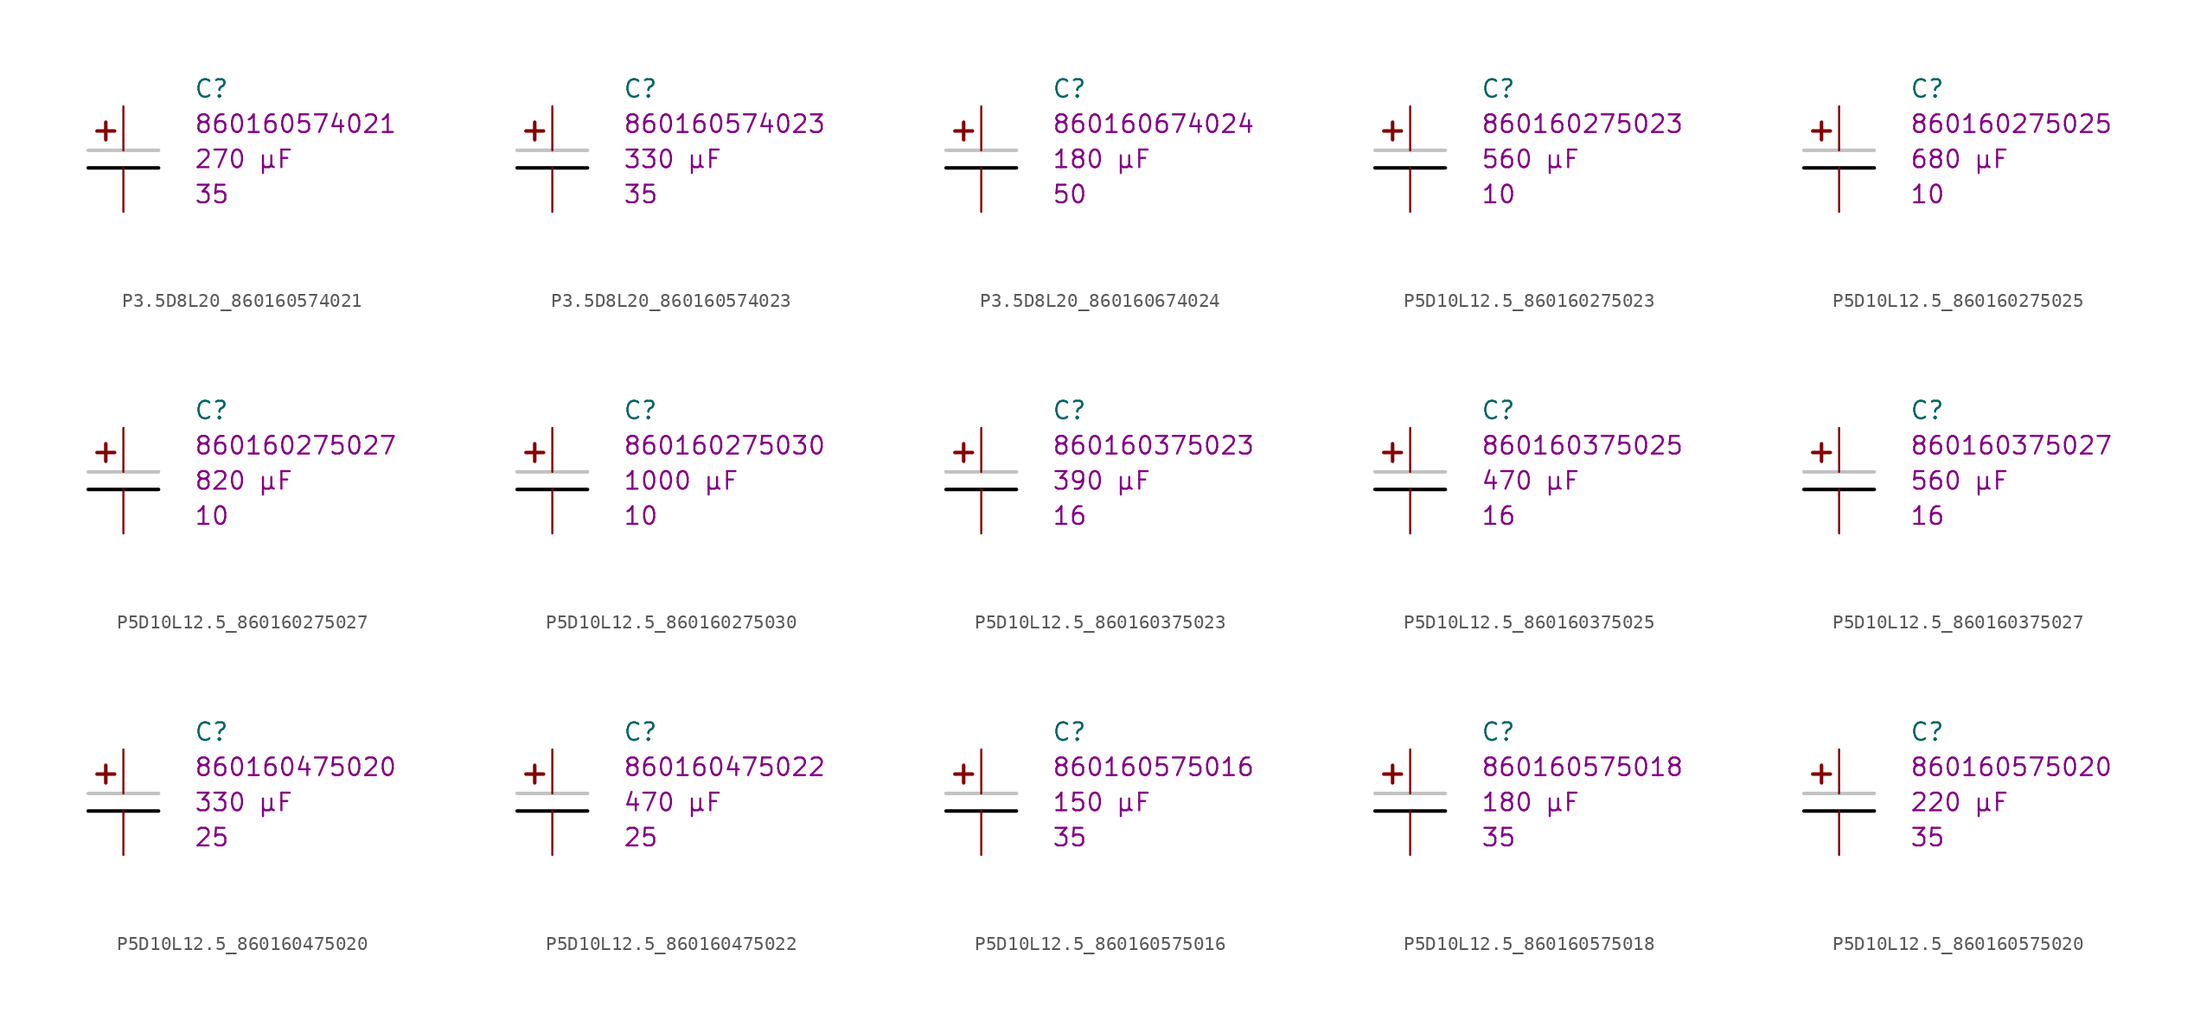
<source format=kicad_sym>
(kicad_symbol_lib
  (version 20220914)
  (generator kicad_symbol_editor)
  (symbol "P3.5D8L20_860160574021"
    (pin_numbers hide)
    (pin_names hide)
    (property "Reference" "C"
      (at 5.08 5.08 0)
      (effects (font (size 1.27 1.27)) (justify left)))
    (property "Part Number" "860160574021"
      (at 5.08 2.54 0)
      (effects (font (size 1.27 1.27)) (justify left)))
    (property "Capacitance" "270 µF"
      (at 5.08 0 0)
      (effects (font (size 1.27 1.27)) (justify left)))
    (property "Voltage" "35"
      (at 5.08 -2.54 0)
      (effects (font (size 1.27 1.27)) (justify left)))
    (property "Critical Parameter" ""
      (at 0 -7.62 0)
      (effects (font (size 1.27 1.27))))
    (symbol "P3.5D8L20_860160574021_1_1"
      (polyline (pts (xy -1.27 2.667) (xy -1.27 1.397)) (stroke (width 0.254) (type default)) (fill (type none)))
      (polyline (pts (xy -0.635 2.032) (xy -1.905 2.032)) (stroke (width 0.254) (type default)) (fill (type none)))
      (polyline (pts (xy 2.54 -0.635) (xy -2.54 -0.635)) (stroke (width 0.254) (type default) (color 0 0 0 1)) (fill (type none)))
      (polyline (pts (xy 2.54 0.635) (xy -2.54 0.635)) (stroke (width 0.254) (type default) (color 194 194 194 1)) (fill (type none)))
      (pin passive line (at 0 3.81 270) (length 3.175) (name "1" (effects (font (size 1.27 1.27)))) (number "1" (effects (font (size 1.27 1.27)))))
      (pin passive line (at 0 -3.81 90) (length 3.175) (name "2" (effects (font (size 1.27 1.27)))) (number "2" (effects (font (size 1.27 1.27)))))))
  (symbol "P3.5D8L20_860160574023"
    (pin_numbers hide)
    (pin_names hide)
    (property "Reference" "C"
      (at 5.08 5.08 0)
      (effects (font (size 1.27 1.27)) (justify left)))
    (property "Part Number" "860160574023"
      (at 5.08 2.54 0)
      (effects (font (size 1.27 1.27)) (justify left)))
    (property "Capacitance" "330 µF"
      (at 5.08 0 0)
      (effects (font (size 1.27 1.27)) (justify left)))
    (property "Voltage" "35"
      (at 5.08 -2.54 0)
      (effects (font (size 1.27 1.27)) (justify left)))
    (property "Critical Parameter" ""
      (at 0 -7.62 0)
      (effects (font (size 1.27 1.27))))
    (symbol "P3.5D8L20_860160574023_1_1"
      (polyline (pts (xy -1.27 2.667) (xy -1.27 1.397)) (stroke (width 0.254) (type default)) (fill (type none)))
      (polyline (pts (xy -0.635 2.032) (xy -1.905 2.032)) (stroke (width 0.254) (type default)) (fill (type none)))
      (polyline (pts (xy 2.54 -0.635) (xy -2.54 -0.635)) (stroke (width 0.254) (type default) (color 0 0 0 1)) (fill (type none)))
      (polyline (pts (xy 2.54 0.635) (xy -2.54 0.635)) (stroke (width 0.254) (type default) (color 194 194 194 1)) (fill (type none)))
      (pin passive line (at 0 3.81 270) (length 3.175) (name "1" (effects (font (size 1.27 1.27)))) (number "1" (effects (font (size 1.27 1.27)))))
      (pin passive line (at 0 -3.81 90) (length 3.175) (name "2" (effects (font (size 1.27 1.27)))) (number "2" (effects (font (size 1.27 1.27)))))))
  (symbol "P3.5D8L20_860160674024"
    (pin_numbers hide)
    (pin_names hide)
    (property "Reference" "C"
      (at 5.08 5.08 0)
      (effects (font (size 1.27 1.27)) (justify left)))
    (property "Part Number" "860160674024"
      (at 5.08 2.54 0)
      (effects (font (size 1.27 1.27)) (justify left)))
    (property "Capacitance" "180 µF"
      (at 5.08 0 0)
      (effects (font (size 1.27 1.27)) (justify left)))
    (property "Voltage" "50"
      (at 5.08 -2.54 0)
      (effects (font (size 1.27 1.27)) (justify left)))
    (property "Critical Parameter" ""
      (at 0 -7.62 0)
      (effects (font (size 1.27 1.27))))
    (symbol "P3.5D8L20_860160674024_1_1"
      (polyline (pts (xy -1.27 2.667) (xy -1.27 1.397)) (stroke (width 0.254) (type default)) (fill (type none)))
      (polyline (pts (xy -0.635 2.032) (xy -1.905 2.032)) (stroke (width 0.254) (type default)) (fill (type none)))
      (polyline (pts (xy 2.54 -0.635) (xy -2.54 -0.635)) (stroke (width 0.254) (type default) (color 0 0 0 1)) (fill (type none)))
      (polyline (pts (xy 2.54 0.635) (xy -2.54 0.635)) (stroke (width 0.254) (type default) (color 194 194 194 1)) (fill (type none)))
      (pin passive line (at 0 3.81 270) (length 3.175) (name "1" (effects (font (size 1.27 1.27)))) (number "1" (effects (font (size 1.27 1.27)))))
      (pin passive line (at 0 -3.81 90) (length 3.175) (name "2" (effects (font (size 1.27 1.27)))) (number "2" (effects (font (size 1.27 1.27)))))))
  (symbol "P5D10L12.5_860160275023"
    (pin_numbers hide)
    (pin_names hide)
    (property "Reference" "C"
      (at 5.08 5.08 0)
      (effects (font (size 1.27 1.27)) (justify left)))
    (property "Part Number" "860160275023"
      (at 5.08 2.54 0)
      (effects (font (size 1.27 1.27)) (justify left)))
    (property "Capacitance" "560 µF"
      (at 5.08 0 0)
      (effects (font (size 1.27 1.27)) (justify left)))
    (property "Voltage" "10"
      (at 5.08 -2.54 0)
      (effects (font (size 1.27 1.27)) (justify left)))
    (property "Critical Parameter" ""
      (at 0 -7.62 0)
      (effects (font (size 1.27 1.27))))
    (symbol "P5D10L12.5_860160275023_1_1"
      (polyline (pts (xy -1.27 2.667) (xy -1.27 1.397)) (stroke (width 0.254) (type default)) (fill (type none)))
      (polyline (pts (xy -0.635 2.032) (xy -1.905 2.032)) (stroke (width 0.254) (type default)) (fill (type none)))
      (polyline (pts (xy 2.54 -0.635) (xy -2.54 -0.635)) (stroke (width 0.254) (type default) (color 0 0 0 1)) (fill (type none)))
      (polyline (pts (xy 2.54 0.635) (xy -2.54 0.635)) (stroke (width 0.254) (type default) (color 194 194 194 1)) (fill (type none)))
      (pin passive line (at 0 3.81 270) (length 3.175) (name "1" (effects (font (size 1.27 1.27)))) (number "1" (effects (font (size 1.27 1.27)))))
      (pin passive line (at 0 -3.81 90) (length 3.175) (name "2" (effects (font (size 1.27 1.27)))) (number "2" (effects (font (size 1.27 1.27)))))))
  (symbol "P5D10L12.5_860160275025"
    (pin_numbers hide)
    (pin_names hide)
    (property "Reference" "C"
      (at 5.08 5.08 0)
      (effects (font (size 1.27 1.27)) (justify left)))
    (property "Part Number" "860160275025"
      (at 5.08 2.54 0)
      (effects (font (size 1.27 1.27)) (justify left)))
    (property "Capacitance" "680 µF"
      (at 5.08 0 0)
      (effects (font (size 1.27 1.27)) (justify left)))
    (property "Voltage" "10"
      (at 5.08 -2.54 0)
      (effects (font (size 1.27 1.27)) (justify left)))
    (property "Critical Parameter" ""
      (at 0 -7.62 0)
      (effects (font (size 1.27 1.27))))
    (symbol "P5D10L12.5_860160275025_1_1"
      (polyline (pts (xy -1.27 2.667) (xy -1.27 1.397)) (stroke (width 0.254) (type default)) (fill (type none)))
      (polyline (pts (xy -0.635 2.032) (xy -1.905 2.032)) (stroke (width 0.254) (type default)) (fill (type none)))
      (polyline (pts (xy 2.54 -0.635) (xy -2.54 -0.635)) (stroke (width 0.254) (type default) (color 0 0 0 1)) (fill (type none)))
      (polyline (pts (xy 2.54 0.635) (xy -2.54 0.635)) (stroke (width 0.254) (type default) (color 194 194 194 1)) (fill (type none)))
      (pin passive line (at 0 3.81 270) (length 3.175) (name "1" (effects (font (size 1.27 1.27)))) (number "1" (effects (font (size 1.27 1.27)))))
      (pin passive line (at 0 -3.81 90) (length 3.175) (name "2" (effects (font (size 1.27 1.27)))) (number "2" (effects (font (size 1.27 1.27)))))))
  (symbol "P5D10L12.5_860160275027"
    (pin_numbers hide)
    (pin_names hide)
    (property "Reference" "C"
      (at 5.08 5.08 0)
      (effects (font (size 1.27 1.27)) (justify left)))
    (property "Part Number" "860160275027"
      (at 5.08 2.54 0)
      (effects (font (size 1.27 1.27)) (justify left)))
    (property "Capacitance" "820 µF"
      (at 5.08 0 0)
      (effects (font (size 1.27 1.27)) (justify left)))
    (property "Voltage" "10"
      (at 5.08 -2.54 0)
      (effects (font (size 1.27 1.27)) (justify left)))
    (property "Critical Parameter" ""
      (at 0 -7.62 0)
      (effects (font (size 1.27 1.27))))
    (symbol "P5D10L12.5_860160275027_1_1"
      (polyline (pts (xy -1.27 2.667) (xy -1.27 1.397)) (stroke (width 0.254) (type default)) (fill (type none)))
      (polyline (pts (xy -0.635 2.032) (xy -1.905 2.032)) (stroke (width 0.254) (type default)) (fill (type none)))
      (polyline (pts (xy 2.54 -0.635) (xy -2.54 -0.635)) (stroke (width 0.254) (type default) (color 0 0 0 1)) (fill (type none)))
      (polyline (pts (xy 2.54 0.635) (xy -2.54 0.635)) (stroke (width 0.254) (type default) (color 194 194 194 1)) (fill (type none)))
      (pin passive line (at 0 3.81 270) (length 3.175) (name "1" (effects (font (size 1.27 1.27)))) (number "1" (effects (font (size 1.27 1.27)))))
      (pin passive line (at 0 -3.81 90) (length 3.175) (name "2" (effects (font (size 1.27 1.27)))) (number "2" (effects (font (size 1.27 1.27)))))))
  (symbol "P5D10L12.5_860160275030"
    (pin_numbers hide)
    (pin_names hide)
    (property "Reference" "C"
      (at 5.08 5.08 0)
      (effects (font (size 1.27 1.27)) (justify left)))
    (property "Part Number" "860160275030"
      (at 5.08 2.54 0)
      (effects (font (size 1.27 1.27)) (justify left)))
    (property "Capacitance" "1000 µF"
      (at 5.08 0 0)
      (effects (font (size 1.27 1.27)) (justify left)))
    (property "Voltage" "10"
      (at 5.08 -2.54 0)
      (effects (font (size 1.27 1.27)) (justify left)))
    (property "Critical Parameter" ""
      (at 0 -7.62 0)
      (effects (font (size 1.27 1.27))))
    (symbol "P5D10L12.5_860160275030_1_1"
      (polyline (pts (xy -1.27 2.667) (xy -1.27 1.397)) (stroke (width 0.254) (type default)) (fill (type none)))
      (polyline (pts (xy -0.635 2.032) (xy -1.905 2.032)) (stroke (width 0.254) (type default)) (fill (type none)))
      (polyline (pts (xy 2.54 -0.635) (xy -2.54 -0.635)) (stroke (width 0.254) (type default) (color 0 0 0 1)) (fill (type none)))
      (polyline (pts (xy 2.54 0.635) (xy -2.54 0.635)) (stroke (width 0.254) (type default) (color 194 194 194 1)) (fill (type none)))
      (pin passive line (at 0 3.81 270) (length 3.175) (name "1" (effects (font (size 1.27 1.27)))) (number "1" (effects (font (size 1.27 1.27)))))
      (pin passive line (at 0 -3.81 90) (length 3.175) (name "2" (effects (font (size 1.27 1.27)))) (number "2" (effects (font (size 1.27 1.27)))))))
  (symbol "P5D10L12.5_860160375023"
    (pin_numbers hide)
    (pin_names hide)
    (property "Reference" "C"
      (at 5.08 5.08 0)
      (effects (font (size 1.27 1.27)) (justify left)))
    (property "Part Number" "860160375023"
      (at 5.08 2.54 0)
      (effects (font (size 1.27 1.27)) (justify left)))
    (property "Capacitance" "390 µF"
      (at 5.08 0 0)
      (effects (font (size 1.27 1.27)) (justify left)))
    (property "Voltage" "16"
      (at 5.08 -2.54 0)
      (effects (font (size 1.27 1.27)) (justify left)))
    (property "Critical Parameter" ""
      (at 0 -7.62 0)
      (effects (font (size 1.27 1.27))))
    (symbol "P5D10L12.5_860160375023_1_1"
      (polyline (pts (xy -1.27 2.667) (xy -1.27 1.397)) (stroke (width 0.254) (type default)) (fill (type none)))
      (polyline (pts (xy -0.635 2.032) (xy -1.905 2.032)) (stroke (width 0.254) (type default)) (fill (type none)))
      (polyline (pts (xy 2.54 -0.635) (xy -2.54 -0.635)) (stroke (width 0.254) (type default) (color 0 0 0 1)) (fill (type none)))
      (polyline (pts (xy 2.54 0.635) (xy -2.54 0.635)) (stroke (width 0.254) (type default) (color 194 194 194 1)) (fill (type none)))
      (pin passive line (at 0 3.81 270) (length 3.175) (name "1" (effects (font (size 1.27 1.27)))) (number "1" (effects (font (size 1.27 1.27)))))
      (pin passive line (at 0 -3.81 90) (length 3.175) (name "2" (effects (font (size 1.27 1.27)))) (number "2" (effects (font (size 1.27 1.27)))))))
  (symbol "P5D10L12.5_860160375025"
    (pin_numbers hide)
    (pin_names hide)
    (property "Reference" "C"
      (at 5.08 5.08 0)
      (effects (font (size 1.27 1.27)) (justify left)))
    (property "Part Number" "860160375025"
      (at 5.08 2.54 0)
      (effects (font (size 1.27 1.27)) (justify left)))
    (property "Capacitance" "470 µF"
      (at 5.08 0 0)
      (effects (font (size 1.27 1.27)) (justify left)))
    (property "Voltage" "16"
      (at 5.08 -2.54 0)
      (effects (font (size 1.27 1.27)) (justify left)))
    (property "Critical Parameter" ""
      (at 0 -7.62 0)
      (effects (font (size 1.27 1.27))))
    (symbol "P5D10L12.5_860160375025_1_1"
      (polyline (pts (xy -1.27 2.667) (xy -1.27 1.397)) (stroke (width 0.254) (type default)) (fill (type none)))
      (polyline (pts (xy -0.635 2.032) (xy -1.905 2.032)) (stroke (width 0.254) (type default)) (fill (type none)))
      (polyline (pts (xy 2.54 -0.635) (xy -2.54 -0.635)) (stroke (width 0.254) (type default) (color 0 0 0 1)) (fill (type none)))
      (polyline (pts (xy 2.54 0.635) (xy -2.54 0.635)) (stroke (width 0.254) (type default) (color 194 194 194 1)) (fill (type none)))
      (pin passive line (at 0 3.81 270) (length 3.175) (name "1" (effects (font (size 1.27 1.27)))) (number "1" (effects (font (size 1.27 1.27)))))
      (pin passive line (at 0 -3.81 90) (length 3.175) (name "2" (effects (font (size 1.27 1.27)))) (number "2" (effects (font (size 1.27 1.27)))))))
  (symbol "P5D10L12.5_860160375027"
    (pin_numbers hide)
    (pin_names hide)
    (property "Reference" "C"
      (at 5.08 5.08 0)
      (effects (font (size 1.27 1.27)) (justify left)))
    (property "Part Number" "860160375027"
      (at 5.08 2.54 0)
      (effects (font (size 1.27 1.27)) (justify left)))
    (property "Capacitance" "560 µF"
      (at 5.08 0 0)
      (effects (font (size 1.27 1.27)) (justify left)))
    (property "Voltage" "16"
      (at 5.08 -2.54 0)
      (effects (font (size 1.27 1.27)) (justify left)))
    (property "Critical Parameter" ""
      (at 0 -7.62 0)
      (effects (font (size 1.27 1.27))))
    (symbol "P5D10L12.5_860160375027_1_1"
      (polyline (pts (xy -1.27 2.667) (xy -1.27 1.397)) (stroke (width 0.254) (type default)) (fill (type none)))
      (polyline (pts (xy -0.635 2.032) (xy -1.905 2.032)) (stroke (width 0.254) (type default)) (fill (type none)))
      (polyline (pts (xy 2.54 -0.635) (xy -2.54 -0.635)) (stroke (width 0.254) (type default) (color 0 0 0 1)) (fill (type none)))
      (polyline (pts (xy 2.54 0.635) (xy -2.54 0.635)) (stroke (width 0.254) (type default) (color 194 194 194 1)) (fill (type none)))
      (pin passive line (at 0 3.81 270) (length 3.175) (name "1" (effects (font (size 1.27 1.27)))) (number "1" (effects (font (size 1.27 1.27)))))
      (pin passive line (at 0 -3.81 90) (length 3.175) (name "2" (effects (font (size 1.27 1.27)))) (number "2" (effects (font (size 1.27 1.27)))))))
  (symbol "P5D10L12.5_860160475020"
    (pin_numbers hide)
    (pin_names hide)
    (property "Reference" "C"
      (at 5.08 5.08 0)
      (effects (font (size 1.27 1.27)) (justify left)))
    (property "Part Number" "860160475020"
      (at 5.08 2.54 0)
      (effects (font (size 1.27 1.27)) (justify left)))
    (property "Capacitance" "330 µF"
      (at 5.08 0 0)
      (effects (font (size 1.27 1.27)) (justify left)))
    (property "Voltage" "25"
      (at 5.08 -2.54 0)
      (effects (font (size 1.27 1.27)) (justify left)))
    (property "Critical Parameter" ""
      (at 0 -7.62 0)
      (effects (font (size 1.27 1.27))))
    (symbol "P5D10L12.5_860160475020_1_1"
      (polyline (pts (xy -1.27 2.667) (xy -1.27 1.397)) (stroke (width 0.254) (type default)) (fill (type none)))
      (polyline (pts (xy -0.635 2.032) (xy -1.905 2.032)) (stroke (width 0.254) (type default)) (fill (type none)))
      (polyline (pts (xy 2.54 -0.635) (xy -2.54 -0.635)) (stroke (width 0.254) (type default) (color 0 0 0 1)) (fill (type none)))
      (polyline (pts (xy 2.54 0.635) (xy -2.54 0.635)) (stroke (width 0.254) (type default) (color 194 194 194 1)) (fill (type none)))
      (pin passive line (at 0 3.81 270) (length 3.175) (name "1" (effects (font (size 1.27 1.27)))) (number "1" (effects (font (size 1.27 1.27)))))
      (pin passive line (at 0 -3.81 90) (length 3.175) (name "2" (effects (font (size 1.27 1.27)))) (number "2" (effects (font (size 1.27 1.27)))))))
  (symbol "P5D10L12.5_860160475022"
    (pin_numbers hide)
    (pin_names hide)
    (property "Reference" "C"
      (at 5.08 5.08 0)
      (effects (font (size 1.27 1.27)) (justify left)))
    (property "Part Number" "860160475022"
      (at 5.08 2.54 0)
      (effects (font (size 1.27 1.27)) (justify left)))
    (property "Capacitance" "470 µF"
      (at 5.08 0 0)
      (effects (font (size 1.27 1.27)) (justify left)))
    (property "Voltage" "25"
      (at 5.08 -2.54 0)
      (effects (font (size 1.27 1.27)) (justify left)))
    (property "Critical Parameter" ""
      (at 0 -7.62 0)
      (effects (font (size 1.27 1.27))))
    (symbol "P5D10L12.5_860160475022_1_1"
      (polyline (pts (xy -1.27 2.667) (xy -1.27 1.397)) (stroke (width 0.254) (type default)) (fill (type none)))
      (polyline (pts (xy -0.635 2.032) (xy -1.905 2.032)) (stroke (width 0.254) (type default)) (fill (type none)))
      (polyline (pts (xy 2.54 -0.635) (xy -2.54 -0.635)) (stroke (width 0.254) (type default) (color 0 0 0 1)) (fill (type none)))
      (polyline (pts (xy 2.54 0.635) (xy -2.54 0.635)) (stroke (width 0.254) (type default) (color 194 194 194 1)) (fill (type none)))
      (pin passive line (at 0 3.81 270) (length 3.175) (name "1" (effects (font (size 1.27 1.27)))) (number "1" (effects (font (size 1.27 1.27)))))
      (pin passive line (at 0 -3.81 90) (length 3.175) (name "2" (effects (font (size 1.27 1.27)))) (number "2" (effects (font (size 1.27 1.27)))))))
  (symbol "P5D10L12.5_860160575016"
    (pin_numbers hide)
    (pin_names hide)
    (property "Reference" "C"
      (at 5.08 5.08 0)
      (effects (font (size 1.27 1.27)) (justify left)))
    (property "Part Number" "860160575016"
      (at 5.08 2.54 0)
      (effects (font (size 1.27 1.27)) (justify left)))
    (property "Capacitance" "150 µF"
      (at 5.08 0 0)
      (effects (font (size 1.27 1.27)) (justify left)))
    (property "Voltage" "35"
      (at 5.08 -2.54 0)
      (effects (font (size 1.27 1.27)) (justify left)))
    (property "Critical Parameter" ""
      (at 0 -7.62 0)
      (effects (font (size 1.27 1.27))))
    (symbol "P5D10L12.5_860160575016_1_1"
      (polyline (pts (xy -1.27 2.667) (xy -1.27 1.397)) (stroke (width 0.254) (type default)) (fill (type none)))
      (polyline (pts (xy -0.635 2.032) (xy -1.905 2.032)) (stroke (width 0.254) (type default)) (fill (type none)))
      (polyline (pts (xy 2.54 -0.635) (xy -2.54 -0.635)) (stroke (width 0.254) (type default) (color 0 0 0 1)) (fill (type none)))
      (polyline (pts (xy 2.54 0.635) (xy -2.54 0.635)) (stroke (width 0.254) (type default) (color 194 194 194 1)) (fill (type none)))
      (pin passive line (at 0 3.81 270) (length 3.175) (name "1" (effects (font (size 1.27 1.27)))) (number "1" (effects (font (size 1.27 1.27)))))
      (pin passive line (at 0 -3.81 90) (length 3.175) (name "2" (effects (font (size 1.27 1.27)))) (number "2" (effects (font (size 1.27 1.27)))))))
  (symbol "P5D10L12.5_860160575018"
    (pin_numbers hide)
    (pin_names hide)
    (property "Reference" "C"
      (at 5.08 5.08 0)
      (effects (font (size 1.27 1.27)) (justify left)))
    (property "Part Number" "860160575018"
      (at 5.08 2.54 0)
      (effects (font (size 1.27 1.27)) (justify left)))
    (property "Capacitance" "180 µF"
      (at 5.08 0 0)
      (effects (font (size 1.27 1.27)) (justify left)))
    (property "Voltage" "35"
      (at 5.08 -2.54 0)
      (effects (font (size 1.27 1.27)) (justify left)))
    (property "Critical Parameter" ""
      (at 0 -7.62 0)
      (effects (font (size 1.27 1.27))))
    (symbol "P5D10L12.5_860160575018_1_1"
      (polyline (pts (xy -1.27 2.667) (xy -1.27 1.397)) (stroke (width 0.254) (type default)) (fill (type none)))
      (polyline (pts (xy -0.635 2.032) (xy -1.905 2.032)) (stroke (width 0.254) (type default)) (fill (type none)))
      (polyline (pts (xy 2.54 -0.635) (xy -2.54 -0.635)) (stroke (width 0.254) (type default) (color 0 0 0 1)) (fill (type none)))
      (polyline (pts (xy 2.54 0.635) (xy -2.54 0.635)) (stroke (width 0.254) (type default) (color 194 194 194 1)) (fill (type none)))
      (pin passive line (at 0 3.81 270) (length 3.175) (name "1" (effects (font (size 1.27 1.27)))) (number "1" (effects (font (size 1.27 1.27)))))
      (pin passive line (at 0 -3.81 90) (length 3.175) (name "2" (effects (font (size 1.27 1.27)))) (number "2" (effects (font (size 1.27 1.27)))))))
  (symbol "P5D10L12.5_860160575020"
    (pin_numbers hide)
    (pin_names hide)
    (property "Reference" "C"
      (at 5.08 5.08 0)
      (effects (font (size 1.27 1.27)) (justify left)))
    (property "Part Number" "860160575020"
      (at 5.08 2.54 0)
      (effects (font (size 1.27 1.27)) (justify left)))
    (property "Capacitance" "220 µF"
      (at 5.08 0 0)
      (effects (font (size 1.27 1.27)) (justify left)))
    (property "Voltage" "35"
      (at 5.08 -2.54 0)
      (effects (font (size 1.27 1.27)) (justify left)))
    (property "Critical Parameter" ""
      (at 0 -7.62 0)
      (effects (font (size 1.27 1.27))))
    (symbol "P5D10L12.5_860160575020_1_1"
      (polyline (pts (xy -1.27 2.667) (xy -1.27 1.397)) (stroke (width 0.254) (type default)) (fill (type none)))
      (polyline (pts (xy -0.635 2.032) (xy -1.905 2.032)) (stroke (width 0.254) (type default)) (fill (type none)))
      (polyline (pts (xy 2.54 -0.635) (xy -2.54 -0.635)) (stroke (width 0.254) (type default) (color 0 0 0 1)) (fill (type none)))
      (polyline (pts (xy 2.54 0.635) (xy -2.54 0.635)) (stroke (width 0.254) (type default) (color 194 194 194 1)) (fill (type none)))
      (pin passive line (at 0 3.81 270) (length 3.175) (name "1" (effects (font (size 1.27 1.27)))) (number "1" (effects (font (size 1.27 1.27)))))
      (pin passive line (at 0 -3.81 90) (length 3.175) (name "2" (effects (font (size 1.27 1.27)))) (number "2" (effects (font (size 1.27 1.27))))))))
</source>
